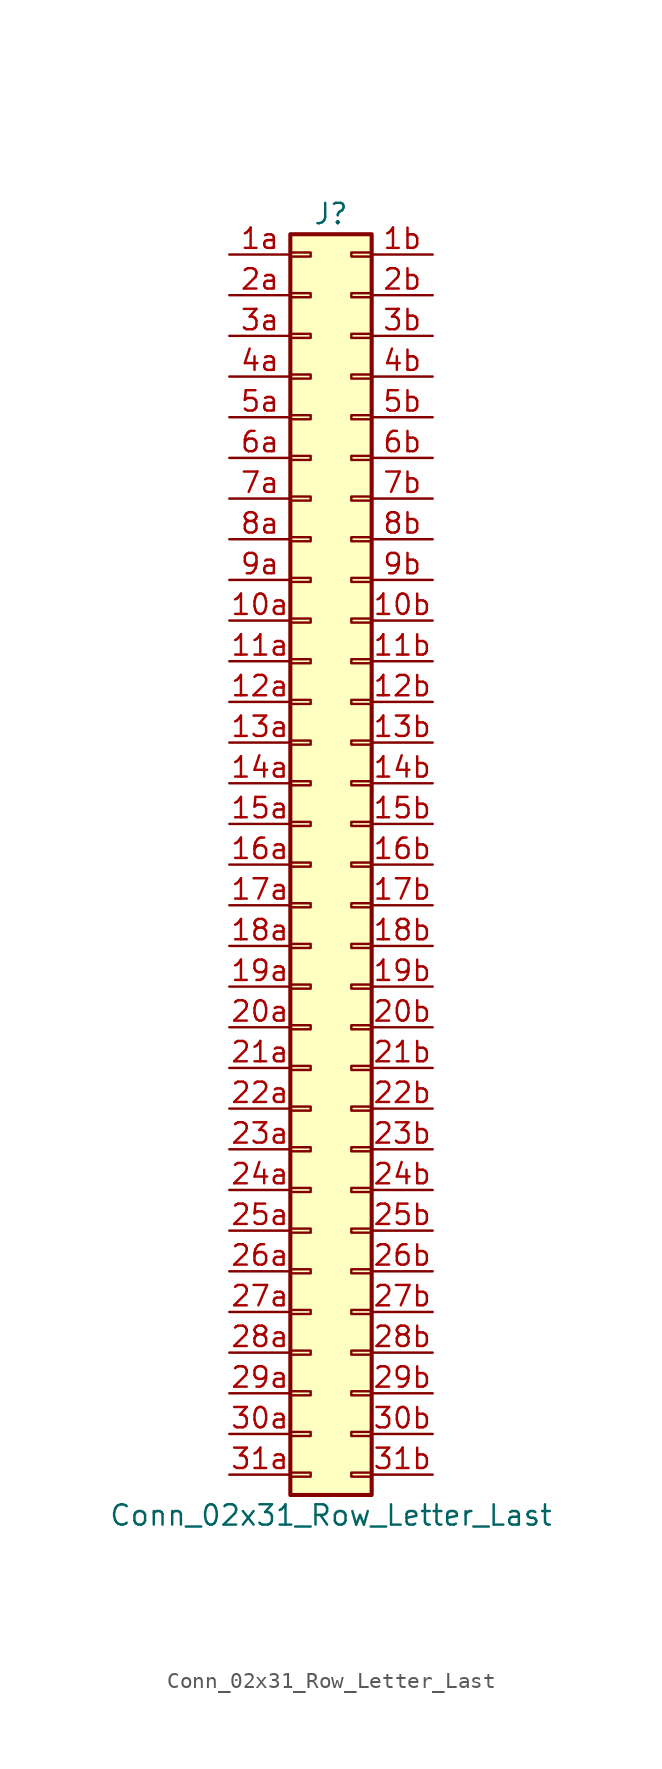
<source format=kicad_sym>
(kicad_symbol_lib
  (version 20220914)
  (generator kicad_symbol_editor)
  (symbol "Conn_02x31_Row_Letter_Last"
    (pin_names
      (offset 1.016) hide)
    (property "Reference" "J"
      (at 1.27 40.64 0)
      (effects (font (size 1.27 1.27))))
    (property "Value" "Conn_02x31_Row_Letter_Last"
      (at 1.27 -40.64 0)
      (effects (font (size 1.27 1.27))))
    (symbol "Conn_02x31_Row_Letter_Last_1_1"
      (rectangle (start -1.27 -37.973) (end 0 -38.227) (stroke (width 0.152) (type solid)) (fill (type none)))
      (rectangle (start -1.27 -35.433) (end 0 -35.687) (stroke (width 0.152) (type solid)) (fill (type none)))
      (rectangle (start -1.27 -32.893) (end 0 -33.147) (stroke (width 0.152) (type solid)) (fill (type none)))
      (rectangle (start -1.27 -30.353) (end 0 -30.607) (stroke (width 0.152) (type solid)) (fill (type none)))
      (rectangle (start -1.27 -27.813) (end 0 -28.067) (stroke (width 0.152) (type solid)) (fill (type none)))
      (rectangle (start -1.27 -25.273) (end 0 -25.527) (stroke (width 0.152) (type solid)) (fill (type none)))
      (rectangle (start -1.27 -22.733) (end 0 -22.987) (stroke (width 0.152) (type solid)) (fill (type none)))
      (rectangle (start -1.27 -20.193) (end 0 -20.447) (stroke (width 0.152) (type solid)) (fill (type none)))
      (rectangle (start -1.27 -17.653) (end 0 -17.907) (stroke (width 0.152) (type solid)) (fill (type none)))
      (rectangle (start -1.27 -15.113) (end 0 -15.367) (stroke (width 0.152) (type solid)) (fill (type none)))
      (rectangle (start -1.27 -12.573) (end 0 -12.827) (stroke (width 0.152) (type solid)) (fill (type none)))
      (rectangle (start -1.27 -10.033) (end 0 -10.287) (stroke (width 0.152) (type solid)) (fill (type none)))
      (rectangle (start -1.27 -7.493) (end 0 -7.747) (stroke (width 0.152) (type solid)) (fill (type none)))
      (rectangle (start -1.27 -4.953) (end 0 -5.207) (stroke (width 0.152) (type solid)) (fill (type none)))
      (rectangle (start -1.27 -2.413) (end 0 -2.667) (stroke (width 0.152) (type solid)) (fill (type none)))
      (rectangle (start -1.27 0.127) (end 0 -0.127) (stroke (width 0.152) (type solid)) (fill (type none)))
      (rectangle (start -1.27 2.667) (end 0 2.413) (stroke (width 0.152) (type solid)) (fill (type none)))
      (rectangle (start -1.27 5.207) (end 0 4.953) (stroke (width 0.152) (type solid)) (fill (type none)))
      (rectangle (start -1.27 7.747) (end 0 7.493) (stroke (width 0.152) (type solid)) (fill (type none)))
      (rectangle (start -1.27 10.287) (end 0 10.033) (stroke (width 0.152) (type solid)) (fill (type none)))
      (rectangle (start -1.27 12.827) (end 0 12.573) (stroke (width 0.152) (type solid)) (fill (type none)))
      (rectangle (start -1.27 15.367) (end 0 15.113) (stroke (width 0.152) (type solid)) (fill (type none)))
      (rectangle (start -1.27 17.907) (end 0 17.653) (stroke (width 0.152) (type solid)) (fill (type none)))
      (rectangle (start -1.27 20.447) (end 0 20.193) (stroke (width 0.152) (type solid)) (fill (type none)))
      (rectangle (start -1.27 22.987) (end 0 22.733) (stroke (width 0.152) (type solid)) (fill (type none)))
      (rectangle (start -1.27 25.527) (end 0 25.273) (stroke (width 0.152) (type solid)) (fill (type none)))
      (rectangle (start -1.27 28.067) (end 0 27.813) (stroke (width 0.152) (type solid)) (fill (type none)))
      (rectangle (start -1.27 30.607) (end 0 30.353) (stroke (width 0.152) (type solid)) (fill (type none)))
      (rectangle (start -1.27 33.147) (end 0 32.893) (stroke (width 0.152) (type solid)) (fill (type none)))
      (rectangle (start -1.27 35.687) (end 0 35.433) (stroke (width 0.152) (type solid)) (fill (type none)))
      (rectangle (start -1.27 38.227) (end 0 37.973) (stroke (width 0.152) (type solid)) (fill (type none)))
      (rectangle (start -1.27 39.37) (end 3.81 -39.37) (stroke (width 0.254) (type solid)) (fill (type background)))
      (rectangle (start 3.81 -37.973) (end 2.54 -38.227) (stroke (width 0.152) (type solid)) (fill (type none)))
      (rectangle (start 3.81 -35.433) (end 2.54 -35.687) (stroke (width 0.152) (type solid)) (fill (type none)))
      (rectangle (start 3.81 -32.893) (end 2.54 -33.147) (stroke (width 0.152) (type solid)) (fill (type none)))
      (rectangle (start 3.81 -30.353) (end 2.54 -30.607) (stroke (width 0.152) (type solid)) (fill (type none)))
      (rectangle (start 3.81 -27.813) (end 2.54 -28.067) (stroke (width 0.152) (type solid)) (fill (type none)))
      (rectangle (start 3.81 -25.273) (end 2.54 -25.527) (stroke (width 0.152) (type solid)) (fill (type none)))
      (rectangle (start 3.81 -22.733) (end 2.54 -22.987) (stroke (width 0.152) (type solid)) (fill (type none)))
      (rectangle (start 3.81 -20.193) (end 2.54 -20.447) (stroke (width 0.152) (type solid)) (fill (type none)))
      (rectangle (start 3.81 -17.653) (end 2.54 -17.907) (stroke (width 0.152) (type solid)) (fill (type none)))
      (rectangle (start 3.81 -15.113) (end 2.54 -15.367) (stroke (width 0.152) (type solid)) (fill (type none)))
      (rectangle (start 3.81 -12.573) (end 2.54 -12.827) (stroke (width 0.152) (type solid)) (fill (type none)))
      (rectangle (start 3.81 -10.033) (end 2.54 -10.287) (stroke (width 0.152) (type solid)) (fill (type none)))
      (rectangle (start 3.81 -7.493) (end 2.54 -7.747) (stroke (width 0.152) (type solid)) (fill (type none)))
      (rectangle (start 3.81 -4.953) (end 2.54 -5.207) (stroke (width 0.152) (type solid)) (fill (type none)))
      (rectangle (start 3.81 -2.413) (end 2.54 -2.667) (stroke (width 0.152) (type solid)) (fill (type none)))
      (rectangle (start 3.81 0.127) (end 2.54 -0.127) (stroke (width 0.152) (type solid)) (fill (type none)))
      (rectangle (start 3.81 2.667) (end 2.54 2.413) (stroke (width 0.152) (type solid)) (fill (type none)))
      (rectangle (start 3.81 5.207) (end 2.54 4.953) (stroke (width 0.152) (type solid)) (fill (type none)))
      (rectangle (start 3.81 7.747) (end 2.54 7.493) (stroke (width 0.152) (type solid)) (fill (type none)))
      (rectangle (start 3.81 10.287) (end 2.54 10.033) (stroke (width 0.152) (type solid)) (fill (type none)))
      (rectangle (start 3.81 12.827) (end 2.54 12.573) (stroke (width 0.152) (type solid)) (fill (type none)))
      (rectangle (start 3.81 15.367) (end 2.54 15.113) (stroke (width 0.152) (type solid)) (fill (type none)))
      (rectangle (start 3.81 17.907) (end 2.54 17.653) (stroke (width 0.152) (type solid)) (fill (type none)))
      (rectangle (start 3.81 20.447) (end 2.54 20.193) (stroke (width 0.152) (type solid)) (fill (type none)))
      (rectangle (start 3.81 22.987) (end 2.54 22.733) (stroke (width 0.152) (type solid)) (fill (type none)))
      (rectangle (start 3.81 25.527) (end 2.54 25.273) (stroke (width 0.152) (type solid)) (fill (type none)))
      (rectangle (start 3.81 28.067) (end 2.54 27.813) (stroke (width 0.152) (type solid)) (fill (type none)))
      (rectangle (start 3.81 30.607) (end 2.54 30.353) (stroke (width 0.152) (type solid)) (fill (type none)))
      (rectangle (start 3.81 33.147) (end 2.54 32.893) (stroke (width 0.152) (type solid)) (fill (type none)))
      (rectangle (start 3.81 35.687) (end 2.54 35.433) (stroke (width 0.152) (type solid)) (fill (type none)))
      (rectangle (start 3.81 38.227) (end 2.54 37.973) (stroke (width 0.152) (type solid)) (fill (type none)))
      (pin passive line (at -5.08 15.24 0) (length 3.81) (name "Pin_10a" (effects (font (size 1.27 1.27)))) (number "10a" (effects (font (size 1.27 1.27)))))
      (pin passive line (at 7.62 15.24 180) (length 3.81) (name "Pin_10b" (effects (font (size 1.27 1.27)))) (number "10b" (effects (font (size 1.27 1.27)))))
      (pin passive line (at -5.08 12.7 0) (length 3.81) (name "Pin_11a" (effects (font (size 1.27 1.27)))) (number "11a" (effects (font (size 1.27 1.27)))))
      (pin passive line (at 7.62 12.7 180) (length 3.81) (name "Pin_11b" (effects (font (size 1.27 1.27)))) (number "11b" (effects (font (size 1.27 1.27)))))
      (pin passive line (at -5.08 10.16 0) (length 3.81) (name "Pin_12a" (effects (font (size 1.27 1.27)))) (number "12a" (effects (font (size 1.27 1.27)))))
      (pin passive line (at 7.62 10.16 180) (length 3.81) (name "Pin_12b" (effects (font (size 1.27 1.27)))) (number "12b" (effects (font (size 1.27 1.27)))))
      (pin passive line (at -5.08 7.62 0) (length 3.81) (name "Pin_13a" (effects (font (size 1.27 1.27)))) (number "13a" (effects (font (size 1.27 1.27)))))
      (pin passive line (at 7.62 7.62 180) (length 3.81) (name "Pin_13b" (effects (font (size 1.27 1.27)))) (number "13b" (effects (font (size 1.27 1.27)))))
      (pin passive line (at -5.08 5.08 0) (length 3.81) (name "Pin_14a" (effects (font (size 1.27 1.27)))) (number "14a" (effects (font (size 1.27 1.27)))))
      (pin passive line (at 7.62 5.08 180) (length 3.81) (name "Pin_14b" (effects (font (size 1.27 1.27)))) (number "14b" (effects (font (size 1.27 1.27)))))
      (pin passive line (at -5.08 2.54 0) (length 3.81) (name "Pin_15a" (effects (font (size 1.27 1.27)))) (number "15a" (effects (font (size 1.27 1.27)))))
      (pin passive line (at 7.62 2.54 180) (length 3.81) (name "Pin_15b" (effects (font (size 1.27 1.27)))) (number "15b" (effects (font (size 1.27 1.27)))))
      (pin passive line (at -5.08 0 0) (length 3.81) (name "Pin_16a" (effects (font (size 1.27 1.27)))) (number "16a" (effects (font (size 1.27 1.27)))))
      (pin passive line (at 7.62 0 180) (length 3.81) (name "Pin_16b" (effects (font (size 1.27 1.27)))) (number "16b" (effects (font (size 1.27 1.27)))))
      (pin passive line (at -5.08 -2.54 0) (length 3.81) (name "Pin_17a" (effects (font (size 1.27 1.27)))) (number "17a" (effects (font (size 1.27 1.27)))))
      (pin passive line (at 7.62 -2.54 180) (length 3.81) (name "Pin_17b" (effects (font (size 1.27 1.27)))) (number "17b" (effects (font (size 1.27 1.27)))))
      (pin passive line (at -5.08 -5.08 0) (length 3.81) (name "Pin_18a" (effects (font (size 1.27 1.27)))) (number "18a" (effects (font (size 1.27 1.27)))))
      (pin passive line (at 7.62 -5.08 180) (length 3.81) (name "Pin_18b" (effects (font (size 1.27 1.27)))) (number "18b" (effects (font (size 1.27 1.27)))))
      (pin passive line (at -5.08 -7.62 0) (length 3.81) (name "Pin_19a" (effects (font (size 1.27 1.27)))) (number "19a" (effects (font (size 1.27 1.27)))))
      (pin passive line (at 7.62 -7.62 180) (length 3.81) (name "Pin_19b" (effects (font (size 1.27 1.27)))) (number "19b" (effects (font (size 1.27 1.27)))))
      (pin passive line (at -5.08 38.1 0) (length 3.81) (name "Pin_1a" (effects (font (size 1.27 1.27)))) (number "1a" (effects (font (size 1.27 1.27)))))
      (pin passive line (at 7.62 38.1 180) (length 3.81) (name "Pin_1b" (effects (font (size 1.27 1.27)))) (number "1b" (effects (font (size 1.27 1.27)))))
      (pin passive line (at -5.08 -10.16 0) (length 3.81) (name "Pin_20a" (effects (font (size 1.27 1.27)))) (number "20a" (effects (font (size 1.27 1.27)))))
      (pin passive line (at 7.62 -10.16 180) (length 3.81) (name "Pin_20b" (effects (font (size 1.27 1.27)))) (number "20b" (effects (font (size 1.27 1.27)))))
      (pin passive line (at -5.08 -12.7 0) (length 3.81) (name "Pin_21a" (effects (font (size 1.27 1.27)))) (number "21a" (effects (font (size 1.27 1.27)))))
      (pin passive line (at 7.62 -12.7 180) (length 3.81) (name "Pin_21b" (effects (font (size 1.27 1.27)))) (number "21b" (effects (font (size 1.27 1.27)))))
      (pin passive line (at -5.08 -15.24 0) (length 3.81) (name "Pin_22a" (effects (font (size 1.27 1.27)))) (number "22a" (effects (font (size 1.27 1.27)))))
      (pin passive line (at 7.62 -15.24 180) (length 3.81) (name "Pin_22b" (effects (font (size 1.27 1.27)))) (number "22b" (effects (font (size 1.27 1.27)))))
      (pin passive line (at -5.08 -17.78 0) (length 3.81) (name "Pin_23a" (effects (font (size 1.27 1.27)))) (number "23a" (effects (font (size 1.27 1.27)))))
      (pin passive line (at 7.62 -17.78 180) (length 3.81) (name "Pin_23b" (effects (font (size 1.27 1.27)))) (number "23b" (effects (font (size 1.27 1.27)))))
      (pin passive line (at -5.08 -20.32 0) (length 3.81) (name "Pin_24a" (effects (font (size 1.27 1.27)))) (number "24a" (effects (font (size 1.27 1.27)))))
      (pin passive line (at 7.62 -20.32 180) (length 3.81) (name "Pin_24b" (effects (font (size 1.27 1.27)))) (number "24b" (effects (font (size 1.27 1.27)))))
      (pin passive line (at -5.08 -22.86 0) (length 3.81) (name "Pin_25a" (effects (font (size 1.27 1.27)))) (number "25a" (effects (font (size 1.27 1.27)))))
      (pin passive line (at 7.62 -22.86 180) (length 3.81) (name "Pin_25b" (effects (font (size 1.27 1.27)))) (number "25b" (effects (font (size 1.27 1.27)))))
      (pin passive line (at -5.08 -25.4 0) (length 3.81) (name "Pin_26a" (effects (font (size 1.27 1.27)))) (number "26a" (effects (font (size 1.27 1.27)))))
      (pin passive line (at 7.62 -25.4 180) (length 3.81) (name "Pin_26b" (effects (font (size 1.27 1.27)))) (number "26b" (effects (font (size 1.27 1.27)))))
      (pin passive line (at -5.08 -27.94 0) (length 3.81) (name "Pin_27a" (effects (font (size 1.27 1.27)))) (number "27a" (effects (font (size 1.27 1.27)))))
      (pin passive line (at 7.62 -27.94 180) (length 3.81) (name "Pin_27b" (effects (font (size 1.27 1.27)))) (number "27b" (effects (font (size 1.27 1.27)))))
      (pin passive line (at -5.08 -30.48 0) (length 3.81) (name "Pin_28a" (effects (font (size 1.27 1.27)))) (number "28a" (effects (font (size 1.27 1.27)))))
      (pin passive line (at 7.62 -30.48 180) (length 3.81) (name "Pin_28b" (effects (font (size 1.27 1.27)))) (number "28b" (effects (font (size 1.27 1.27)))))
      (pin passive line (at -5.08 -33.02 0) (length 3.81) (name "Pin_29a" (effects (font (size 1.27 1.27)))) (number "29a" (effects (font (size 1.27 1.27)))))
      (pin passive line (at 7.62 -33.02 180) (length 3.81) (name "Pin_29b" (effects (font (size 1.27 1.27)))) (number "29b" (effects (font (size 1.27 1.27)))))
      (pin passive line (at -5.08 35.56 0) (length 3.81) (name "Pin_2a" (effects (font (size 1.27 1.27)))) (number "2a" (effects (font (size 1.27 1.27)))))
      (pin passive line (at 7.62 35.56 180) (length 3.81) (name "Pin_2b" (effects (font (size 1.27 1.27)))) (number "2b" (effects (font (size 1.27 1.27)))))
      (pin passive line (at -5.08 -35.56 0) (length 3.81) (name "Pin_30a" (effects (font (size 1.27 1.27)))) (number "30a" (effects (font (size 1.27 1.27)))))
      (pin passive line (at 7.62 -35.56 180) (length 3.81) (name "Pin_30b" (effects (font (size 1.27 1.27)))) (number "30b" (effects (font (size 1.27 1.27)))))
      (pin passive line (at -5.08 -38.1 0) (length 3.81) (name "Pin_31a" (effects (font (size 1.27 1.27)))) (number "31a" (effects (font (size 1.27 1.27)))))
      (pin passive line (at 7.62 -38.1 180) (length 3.81) (name "Pin_31b" (effects (font (size 1.27 1.27)))) (number "31b" (effects (font (size 1.27 1.27)))))
      (pin passive line (at -5.08 33.02 0) (length 3.81) (name "Pin_3a" (effects (font (size 1.27 1.27)))) (number "3a" (effects (font (size 1.27 1.27)))))
      (pin passive line (at 7.62 33.02 180) (length 3.81) (name "Pin_3b" (effects (font (size 1.27 1.27)))) (number "3b" (effects (font (size 1.27 1.27)))))
      (pin passive line (at -5.08 30.48 0) (length 3.81) (name "Pin_4a" (effects (font (size 1.27 1.27)))) (number "4a" (effects (font (size 1.27 1.27)))))
      (pin passive line (at 7.62 30.48 180) (length 3.81) (name "Pin_4b" (effects (font (size 1.27 1.27)))) (number "4b" (effects (font (size 1.27 1.27)))))
      (pin passive line (at -5.08 27.94 0) (length 3.81) (name "Pin_5a" (effects (font (size 1.27 1.27)))) (number "5a" (effects (font (size 1.27 1.27)))))
      (pin passive line (at 7.62 27.94 180) (length 3.81) (name "Pin_5b" (effects (font (size 1.27 1.27)))) (number "5b" (effects (font (size 1.27 1.27)))))
      (pin passive line (at -5.08 25.4 0) (length 3.81) (name "Pin_6a" (effects (font (size 1.27 1.27)))) (number "6a" (effects (font (size 1.27 1.27)))))
      (pin passive line (at 7.62 25.4 180) (length 3.81) (name "Pin_6b" (effects (font (size 1.27 1.27)))) (number "6b" (effects (font (size 1.27 1.27)))))
      (pin passive line (at -5.08 22.86 0) (length 3.81) (name "Pin_7a" (effects (font (size 1.27 1.27)))) (number "7a" (effects (font (size 1.27 1.27)))))
      (pin passive line (at 7.62 22.86 180) (length 3.81) (name "Pin_7b" (effects (font (size 1.27 1.27)))) (number "7b" (effects (font (size 1.27 1.27)))))
      (pin passive line (at -5.08 20.32 0) (length 3.81) (name "Pin_8a" (effects (font (size 1.27 1.27)))) (number "8a" (effects (font (size 1.27 1.27)))))
      (pin passive line (at 7.62 20.32 180) (length 3.81) (name "Pin_8b" (effects (font (size 1.27 1.27)))) (number "8b" (effects (font (size 1.27 1.27)))))
      (pin passive line (at -5.08 17.78 0) (length 3.81) (name "Pin_9a" (effects (font (size 1.27 1.27)))) (number "9a" (effects (font (size 1.27 1.27)))))
      (pin passive line (at 7.62 17.78 180) (length 3.81) (name "Pin_9b" (effects (font (size 1.27 1.27)))) (number "9b" (effects (font (size 1.27 1.27))))))))
</source>
